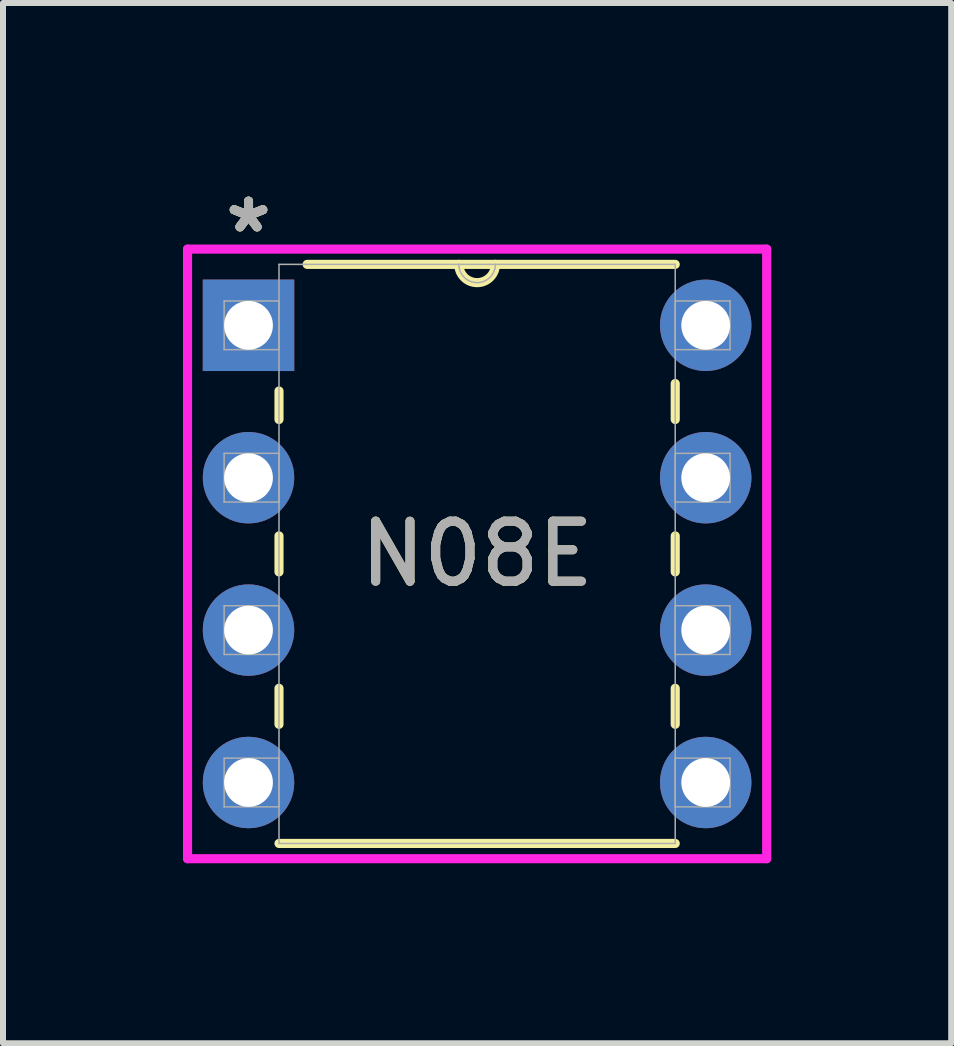
<source format=kicad_pcb>
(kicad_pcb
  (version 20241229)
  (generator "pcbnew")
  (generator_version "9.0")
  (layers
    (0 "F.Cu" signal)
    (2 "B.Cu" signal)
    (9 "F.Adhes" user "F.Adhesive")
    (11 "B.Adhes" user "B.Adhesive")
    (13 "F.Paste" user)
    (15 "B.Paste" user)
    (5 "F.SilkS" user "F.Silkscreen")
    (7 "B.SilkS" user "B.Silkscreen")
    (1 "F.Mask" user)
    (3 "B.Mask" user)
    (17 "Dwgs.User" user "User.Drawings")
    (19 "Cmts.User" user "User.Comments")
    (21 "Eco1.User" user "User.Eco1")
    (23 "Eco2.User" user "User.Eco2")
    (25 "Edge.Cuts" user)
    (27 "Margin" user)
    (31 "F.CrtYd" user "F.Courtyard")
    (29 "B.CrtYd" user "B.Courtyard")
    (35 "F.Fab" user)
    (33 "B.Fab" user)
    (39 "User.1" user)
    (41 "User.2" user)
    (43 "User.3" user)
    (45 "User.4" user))
  (footprint "N08E"
    (layer "F.Cu")
    (at 8.712 9.992)
    (property "Reference" "N08E" (at -3.81 -3.81 0) (unlocked yes) (layer "F.SilkS") (effects (font (size 1 1) (thickness 0.15))))
    (attr through_hole)
    (fp_line (start -7.112 -6.525) (end -7.112 -6.05) (stroke (width 0.152) (type solid)) (layer "F.SilkS"))
    (fp_line (start -7.112 -4.11) (end -7.112 -3.51) (stroke (width 0.152) (type solid)) (layer "F.SilkS"))
    (fp_line (start -7.112 -1.57) (end -7.112 -0.97) (stroke (width 0.152) (type solid)) (layer "F.SilkS"))
    (fp_line (start -7.112 1.016) (end -0.508 1.016) (stroke (width 0.152) (type solid)) (layer "F.SilkS"))
    (fp_line (start -0.508 -8.636) (end -6.643 -8.636) (stroke (width 0.152) (type solid)) (layer "F.SilkS"))
    (fp_line (start -0.508 -6.05) (end -0.508 -6.65) (stroke (width 0.152) (type solid)) (layer "F.SilkS"))
    (fp_line (start -0.508 -3.51) (end -0.508 -4.11) (stroke (width 0.152) (type solid)) (layer "F.SilkS"))
    (fp_line (start -0.508 -0.97) (end -0.508 -1.57) (stroke (width 0.152) (type solid)) (layer "F.SilkS"))
    (fp_arc (start -3.5052 -8.636) (mid -3.81 -8.3312) (end -4.1148 -8.636) (stroke (width 0.1524) (type solid)) (layer "F.SilkS"))
    (fp_line (start -8.636 -8.89) (end -8.636 1.27) (stroke (width 0.152) (type solid)) (layer "F.CrtYd"))
    (fp_line (start -8.636 1.27) (end 1.016 1.27) (stroke (width 0.152) (type solid)) (layer "F.CrtYd"))
    (fp_line (start 1.016 -8.89) (end -8.636 -8.89) (stroke (width 0.152) (type solid)) (layer "F.CrtYd"))
    (fp_line (start 1.016 1.27) (end 1.016 -8.89) (stroke (width 0.152) (type solid)) (layer "F.CrtYd"))
    (fp_line (start -8.026 -8.026) (end -8.026 -7.214) (stroke (width 0.025) (type solid)) (layer "F.Fab"))
    (fp_line (start -8.026 -7.214) (end -7.112 -7.214) (stroke (width 0.025) (type solid)) (layer "F.Fab"))
    (fp_line (start -8.026 -5.486) (end -8.026 -4.674) (stroke (width 0.025) (type solid)) (layer "F.Fab"))
    (fp_line (start -8.026 -4.674) (end -7.112 -4.674) (stroke (width 0.025) (type solid)) (layer "F.Fab"))
    (fp_line (start -8.026 -2.946) (end -8.026 -2.134) (stroke (width 0.025) (type solid)) (layer "F.Fab"))
    (fp_line (start -8.026 -2.134) (end -7.112 -2.134) (stroke (width 0.025) (type solid)) (layer "F.Fab"))
    (fp_line (start -8.026 -0.406) (end -8.026 0.406) (stroke (width 0.025) (type solid)) (layer "F.Fab"))
    (fp_line (start -8.026 0.406) (end -7.112 0.406) (stroke (width 0.025) (type solid)) (layer "F.Fab"))
    (fp_line (start -7.112 -8.636) (end -7.112 1.016) (stroke (width 0.025) (type solid)) (layer "F.Fab"))
    (fp_line (start -7.112 -8.026) (end -8.026 -8.026) (stroke (width 0.025) (type solid)) (layer "F.Fab"))
    (fp_line (start -7.112 -7.214) (end -7.112 -8.026) (stroke (width 0.025) (type solid)) (layer "F.Fab"))
    (fp_line (start -7.112 -5.486) (end -8.026 -5.486) (stroke (width 0.025) (type solid)) (layer "F.Fab"))
    (fp_line (start -7.112 -4.674) (end -7.112 -5.486) (stroke (width 0.025) (type solid)) (layer "F.Fab"))
    (fp_line (start -7.112 -2.946) (end -8.026 -2.946) (stroke (width 0.025) (type solid)) (layer "F.Fab"))
    (fp_line (start -7.112 -2.134) (end -7.112 -2.946) (stroke (width 0.025) (type solid)) (layer "F.Fab"))
    (fp_line (start -7.112 -0.406) (end -8.026 -0.406) (stroke (width 0.025) (type solid)) (layer "F.Fab"))
    (fp_line (start -7.112 0.406) (end -7.112 -0.406) (stroke (width 0.025) (type solid)) (layer "F.Fab"))
    (fp_line (start -7.112 1.016) (end -0.508 1.016) (stroke (width 0.025) (type solid)) (layer "F.Fab"))
    (fp_line (start -0.508 -8.636) (end -7.112 -8.636) (stroke (width 0.025) (type solid)) (layer "F.Fab"))
    (fp_line (start -0.508 -8.026) (end -0.508 -7.214) (stroke (width 0.025) (type solid)) (layer "F.Fab"))
    (fp_line (start -0.508 -7.214) (end 0.406 -7.214) (stroke (width 0.025) (type solid)) (layer "F.Fab"))
    (fp_line (start -0.508 -5.486) (end -0.508 -4.674) (stroke (width 0.025) (type solid)) (layer "F.Fab"))
    (fp_line (start -0.508 -4.674) (end 0.406 -4.674) (stroke (width 0.025) (type solid)) (layer "F.Fab"))
    (fp_line (start -0.508 -2.946) (end -0.508 -2.134) (stroke (width 0.025) (type solid)) (layer "F.Fab"))
    (fp_line (start -0.508 -2.134) (end 0.406 -2.134) (stroke (width 0.025) (type solid)) (layer "F.Fab"))
    (fp_line (start -0.508 -0.406) (end -0.508 0.406) (stroke (width 0.025) (type solid)) (layer "F.Fab"))
    (fp_line (start -0.508 0.406) (end 0.406 0.406) (stroke (width 0.025) (type solid)) (layer "F.Fab"))
    (fp_line (start -0.508 1.016) (end -0.508 -8.636) (stroke (width 0.025) (type solid)) (layer "F.Fab"))
    (fp_line (start 0.406 -8.026) (end -0.508 -8.026) (stroke (width 0.025) (type solid)) (layer "F.Fab"))
    (fp_line (start 0.406 -7.214) (end 0.406 -8.026) (stroke (width 0.025) (type solid)) (layer "F.Fab"))
    (fp_line (start 0.406 -5.486) (end -0.508 -5.486) (stroke (width 0.025) (type solid)) (layer "F.Fab"))
    (fp_line (start 0.406 -4.674) (end 0.406 -5.486) (stroke (width 0.025) (type solid)) (layer "F.Fab"))
    (fp_line (start 0.406 -2.946) (end -0.508 -2.946) (stroke (width 0.025) (type solid)) (layer "F.Fab"))
    (fp_line (start 0.406 -2.134) (end 0.406 -2.946) (stroke (width 0.025) (type solid)) (layer "F.Fab"))
    (fp_line (start 0.406 -0.406) (end -0.508 -0.406) (stroke (width 0.025) (type solid)) (layer "F.Fab"))
    (fp_line (start 0.406 0.406) (end 0.406 -0.406) (stroke (width 0.025) (type solid)) (layer "F.Fab"))
    (fp_arc (start -3.5052 -8.636) (mid -3.81 -8.3312) (end -4.1148 -8.636) (stroke (width 0.0254) (type solid)) (layer "F.Fab"))
    (fp_text user "*" (at -7.62 -9.144 0) (layer "F.SilkS") (effects (font (size 1 1) (thickness 0.15))))
    (fp_text user "*" (at -7.62 -9.144 0) (unlocked yes) (layer "F.SilkS") (effects (font (size 1 1) (thickness 0.15))))
    (fp_text user "*" (at -7.62 -9.144 0) (layer "F.Fab") (effects (font (size 1 1) (thickness 0.15))))
    (fp_text user "*" (at -7.62 -9.144 0) (unlocked yes) (layer "F.Fab") (effects (font (size 1 1) (thickness 0.15))))
    (fp_text user "${REFERENCE}" (at -3.81 -3.81 0) (unlocked yes) (layer "F.Fab") (effects (font (size 1 1) (thickness 0.15))))
    (pad "1" thru_hole rect (at -7.62 -7.62) (size 1.524 1.524) (drill 0.813) (layers "*.Cu" "*.Mask"))
    (pad "2" thru_hole circle (at -7.62 -5.08) (size 1.524 1.524) (drill 0.813) (layers "*.Cu" "*.Mask"))
    (pad "3" thru_hole circle (at -7.62 -2.54) (size 1.524 1.524) (drill 0.813) (layers "*.Cu" "*.Mask"))
    (pad "4" thru_hole circle (at -7.62 0) (size 1.524 1.524) (drill 0.813) (layers "*.Cu" "*.Mask"))
    (pad "5" thru_hole circle (at 0 0) (size 1.524 1.524) (drill 0.813) (layers "*.Cu" "*.Mask"))
    (pad "6" thru_hole circle (at 0 -2.54) (size 1.524 1.524) (drill 0.813) (layers "*.Cu" "*.Mask"))
    (pad "7" thru_hole circle (at 0 -5.08) (size 1.524 1.524) (drill 0.813) (layers "*.Cu" "*.Mask"))
    (pad "8" thru_hole circle (at 0 -7.62) (size 1.524 1.524) (drill 0.813) (layers "*.Cu" "*.Mask")))
  (gr_rect
    (start -3 -3)
    (end 12.804 14.338)
    (stroke (width 0.1) (type default))
    (fill no)
    (layer "Edge.Cuts")))
</source>
